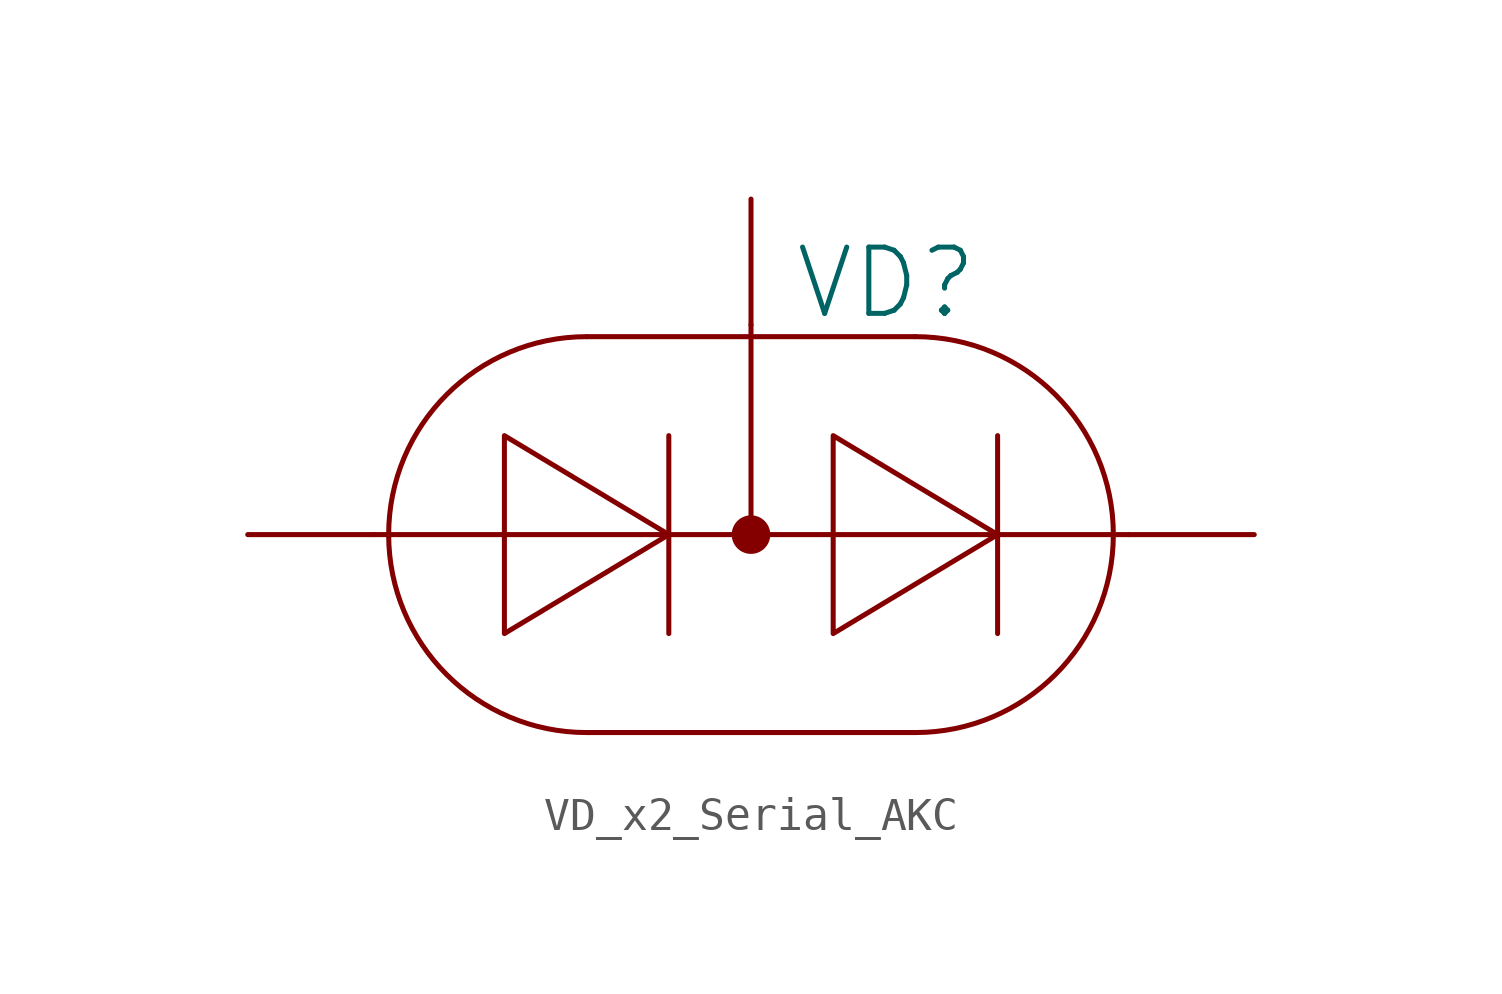
<source format=kicad_sym>
(kicad_symbol_lib
  (version 20231120)
  (generator "kicad_symbol_editor")
  (generator_version "8.0")
  (symbol "VD_x2_Serial_AKC"
    (pin_numbers hide)
    (pin_names
      (offset 0) hide)
    (property "Reference" "VD"
      (at 1.27 7.62 0)
      (effects (font (size 2.007 2.007)) (justify left)))
    (symbol "VD_x2_Serial_AKC_0_1"
      (arc (start -4.9784 5.9944) (mid -10.9728 0) (end -4.9784 -5.9944) (stroke (width 0) (type solid)) (fill (type none)))
      (polyline (pts (xy -11.43 0) (xy 11.43 0)) (stroke (width 0) (type solid)) (fill (type none)))
      (polyline (pts (xy -4.978 -5.994) (xy 4.978 -5.994)) (stroke (width 0) (type solid)) (fill (type none)))
      (polyline (pts (xy -4.978 5.994) (xy 4.978 5.994)) (stroke (width 0) (type solid)) (fill (type none)))
      (polyline (pts (xy -2.489 2.997) (xy -2.489 -2.997)) (stroke (width 0) (type solid)) (fill (type none)))
      (polyline (pts (xy 0 6.35) (xy 0 0)) (stroke (width 0) (type solid)) (fill (type none)))
      (polyline (pts (xy 7.468 2.997) (xy 7.468 -2.997)) (stroke (width 0) (type solid)) (fill (type none)))
      (polyline (pts (xy -2.489 0) (xy -7.468 2.997) (xy -7.468 -2.997) (xy -2.489 0)) (stroke (width 0) (type solid)) (fill (type none)))
      (polyline (pts (xy 7.468 0) (xy 2.489 2.997) (xy 2.489 -2.997) (xy 7.468 0)) (stroke (width 0) (type solid)) (fill (type none)))
      (circle (center 0 0) (radius 0.508) (stroke (width 0) (type solid)) (fill (type outline)))
      (arc (start 4.9784 -5.9944) (mid 10.9728 0) (end 4.9784 5.9944) (stroke (width 0) (type solid)) (fill (type none))))
    (symbol "VD_x2_Serial_AKC_1_1"
      (pin passive line (at -15.24 0 0) (length 3.81) (name "A" (effects (font (size 2.007 2.007)))) (number "1" (effects (font (size 2.007 2.007)))))
      (pin passive line (at 15.24 0 180) (length 3.81) (name "K" (effects (font (size 2.007 2.007)))) (number "2" (effects (font (size 2.007 2.007)))))
      (pin passive line (at 0 10.16 270) (length 3.81) (name "common" (effects (font (size 2.007 2.007)))) (number "3" (effects (font (size 2.007 2.007))))))))
</source>
